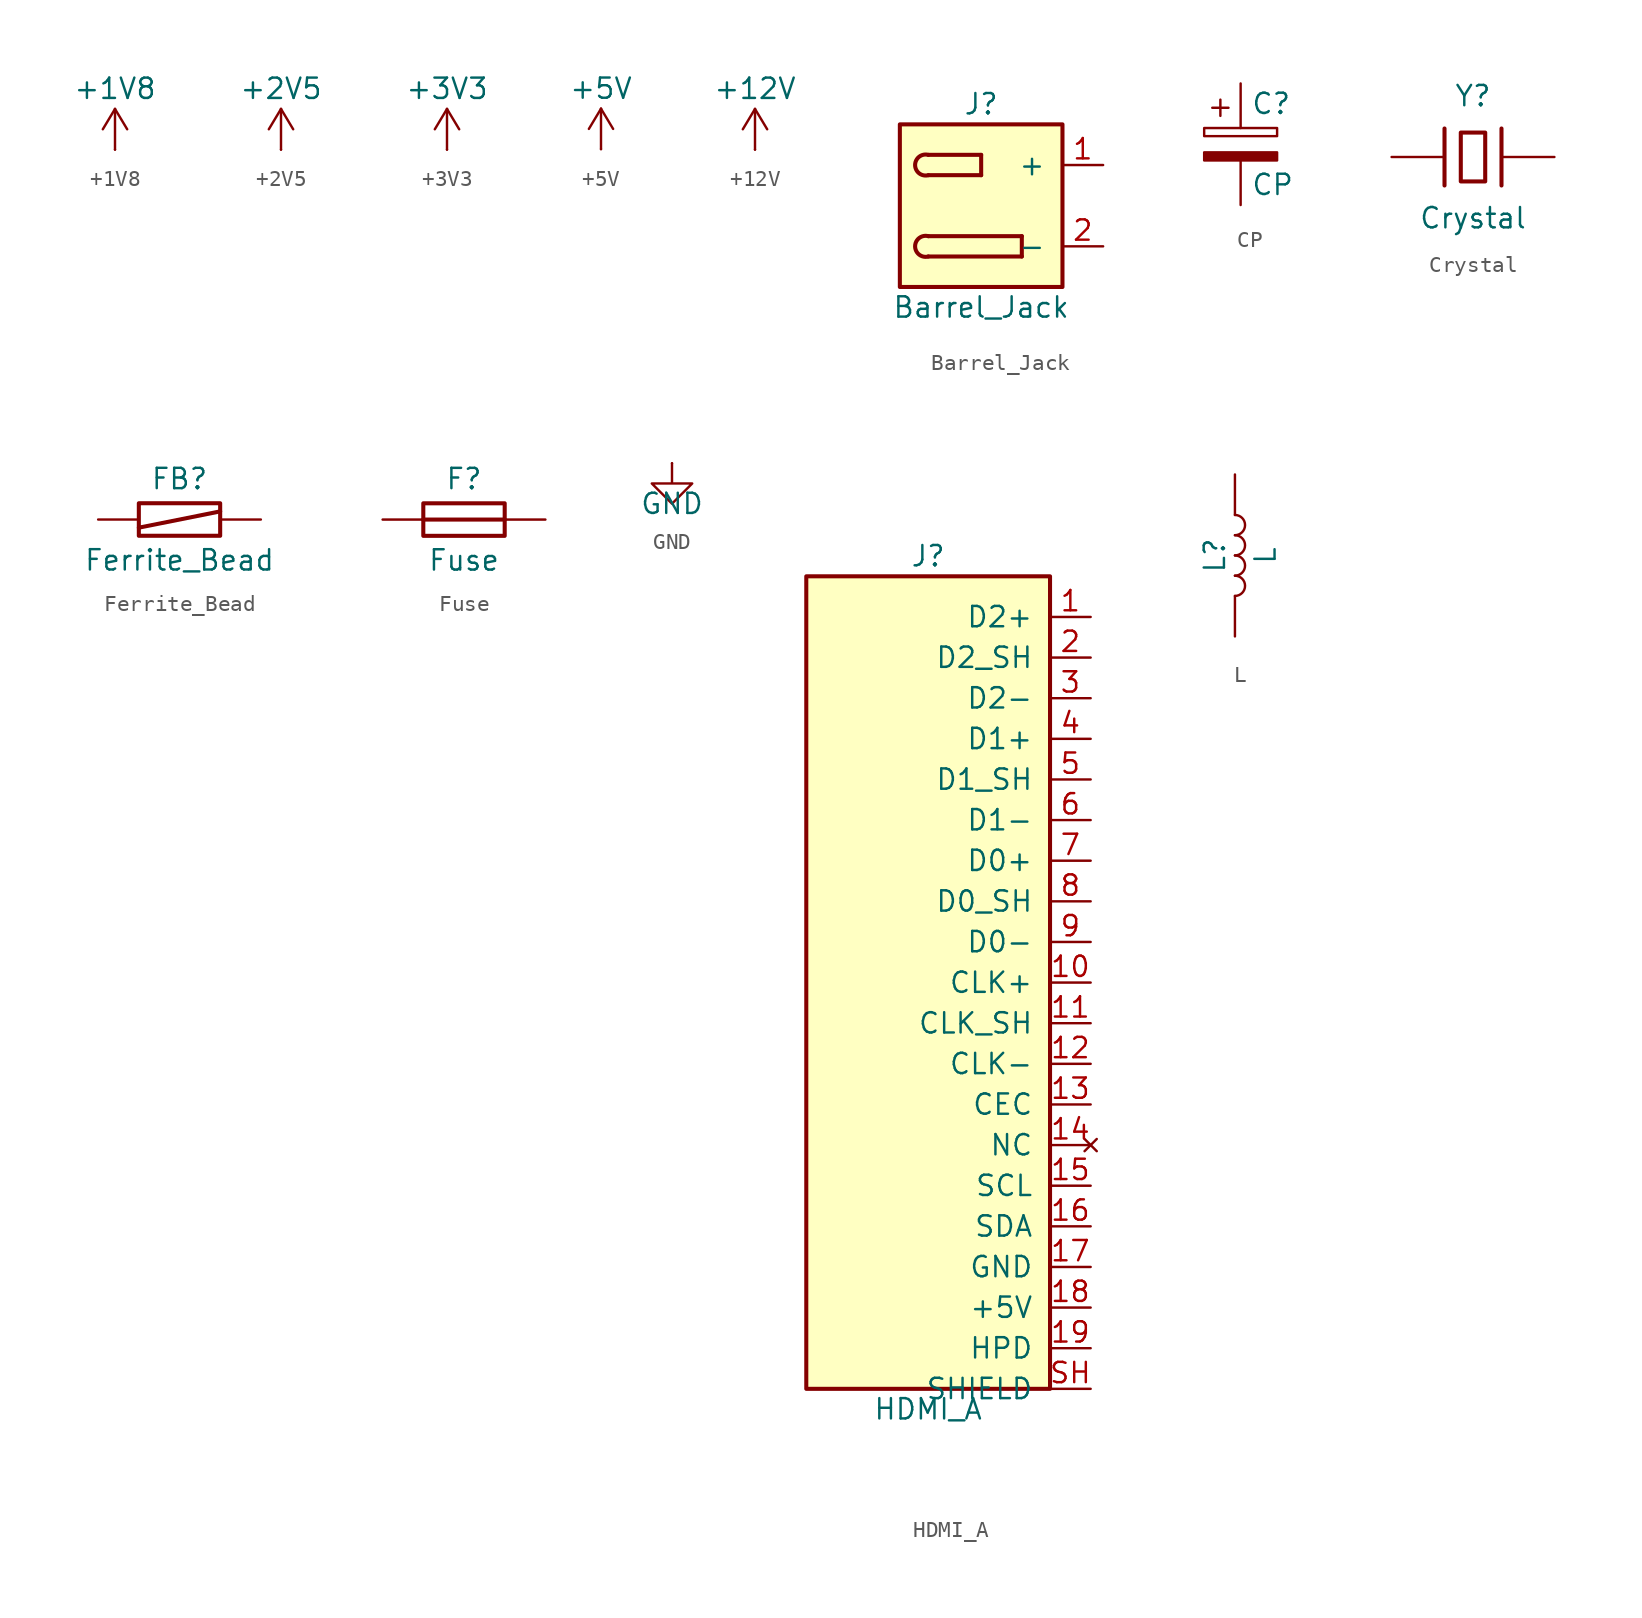
<source format=kicad_sym>
(kicad_symbol_lib
  (version 20231120)
  (generator "kicad_symbol_editor")
  (generator_version "8.0")
  (symbol "+1V8"
    (power)
    (pin_numbers hide)
    (pin_names
      (offset 0) hide)
    (property "Reference" "#PWR"
      (at 0 -3.81 0)
      (effects (font (size 1.27 1.27)) hide))
    (property "Value" "+1V8"
      (at 0 3.81 0)
      (effects (font (size 1.27 1.27))))
    (symbol "+1V8_0_1"
      (polyline (pts (xy -0.762 1.27) (xy 0 2.54)) (stroke (width 0) (type default)) (fill (type none)))
      (polyline (pts (xy 0 0) (xy 0 2.54)) (stroke (width 0) (type default)) (fill (type none)))
      (polyline (pts (xy 0 2.54) (xy 0.762 1.27)) (stroke (width 0) (type default)) (fill (type none))))
    (symbol "+1V8_1_1"
      (pin power_in line (at 0 0 90) (length 0) (name "~" (effects (font (size 1.27 1.27)))) (number "1" (effects (font (size 1.27 1.27)))))))
  (symbol "+2V5"
    (power)
    (pin_numbers hide)
    (pin_names
      (offset 0) hide)
    (property "Reference" "#PWR"
      (at 0 -3.81 0)
      (effects (font (size 1.27 1.27)) hide))
    (property "Value" "+2V5"
      (at 0 3.81 0)
      (effects (font (size 1.27 1.27))))
    (symbol "+2V5_0_1"
      (polyline (pts (xy -0.762 1.27) (xy 0 2.54)) (stroke (width 0) (type default)) (fill (type none)))
      (polyline (pts (xy 0 0) (xy 0 2.54)) (stroke (width 0) (type default)) (fill (type none)))
      (polyline (pts (xy 0 2.54) (xy 0.762 1.27)) (stroke (width 0) (type default)) (fill (type none))))
    (symbol "+2V5_1_1"
      (pin power_in line (at 0 0 90) (length 0) (name "~" (effects (font (size 1.27 1.27)))) (number "1" (effects (font (size 1.27 1.27)))))))
  (symbol "+3V3"
    (power)
    (pin_numbers hide)
    (pin_names
      (offset 0) hide)
    (property "Reference" "#PWR"
      (at 0 -3.81 0)
      (effects (font (size 1.27 1.27)) hide))
    (property "Value" "+3V3"
      (at 0 3.81 0)
      (effects (font (size 1.27 1.27))))
    (symbol "+3V3_0_1"
      (polyline (pts (xy -0.762 1.27) (xy 0 2.54)) (stroke (width 0) (type default)) (fill (type none)))
      (polyline (pts (xy 0 0) (xy 0 2.54)) (stroke (width 0) (type default)) (fill (type none)))
      (polyline (pts (xy 0 2.54) (xy 0.762 1.27)) (stroke (width 0) (type default)) (fill (type none))))
    (symbol "+3V3_1_1"
      (pin power_in line (at 0 0 90) (length 0) (name "~" (effects (font (size 1.27 1.27)))) (number "1" (effects (font (size 1.27 1.27)))))))
  (symbol "+5V"
    (power)
    (pin_numbers hide)
    (pin_names
      (offset 0) hide)
    (property "Reference" "#PWR"
      (at 0 -3.81 0)
      (effects (font (size 1.27 1.27)) hide))
    (property "Value" "+5V"
      (at 0 3.81 0)
      (effects (font (size 1.27 1.27))))
    (symbol "+5V_0_1"
      (polyline (pts (xy -0.762 1.27) (xy 0 2.54)) (stroke (width 0) (type default)) (fill (type none)))
      (polyline (pts (xy 0 0) (xy 0 2.54)) (stroke (width 0) (type default)) (fill (type none)))
      (polyline (pts (xy 0 2.54) (xy 0.762 1.27)) (stroke (width 0) (type default)) (fill (type none))))
    (symbol "+5V_1_1"
      (pin power_in line (at 0 0 90) (length 0) (name "~" (effects (font (size 1.27 1.27)))) (number "1" (effects (font (size 1.27 1.27)))))))
  (symbol "+12V"
    (power)
    (pin_numbers hide)
    (pin_names
      (offset 0) hide)
    (property "Reference" "#PWR"
      (at 0 -3.81 0)
      (effects (font (size 1.27 1.27)) hide))
    (property "Value" "+12V"
      (at 0 3.81 0)
      (effects (font (size 1.27 1.27))))
    (symbol "+12V_0_1"
      (polyline (pts (xy -0.762 1.27) (xy 0 2.54)) (stroke (width 0) (type default)) (fill (type none)))
      (polyline (pts (xy 0 0) (xy 0 2.54)) (stroke (width 0) (type default)) (fill (type none)))
      (polyline (pts (xy 0 2.54) (xy 0.762 1.27)) (stroke (width 0) (type default)) (fill (type none))))
    (symbol "+12V_1_1"
      (pin power_in line (at 0 0 90) (length 0) (name "~" (effects (font (size 1.27 1.27)))) (number "1" (effects (font (size 1.27 1.27)))))))
  (symbol "Barrel_Jack"
    (pin_names
      (offset 1.016))
    (property "Reference" "J"
      (at 0 6.35 0)
      (effects (font (size 1.27 1.27))))
    (property "Value" "Barrel_Jack"
      (at 0 -6.35 0)
      (effects (font (size 1.27 1.27))))
    (symbol "Barrel_Jack_0_1"
      (rectangle (start -5.08 5.08) (end 5.08 -5.08) (stroke (width 0.254) (type default)) (fill (type background)))
      (arc (start -3.302 3.175) (mid -4.1271 2.54) (end -3.302 1.905) (stroke (width 0.254) (type default)) (fill (type none)))
      (arc (start -3.302 -1.905) (mid -4.1271 -2.54) (end -3.302 -3.175) (stroke (width 0.254) (type default)) (fill (type none)))
      (polyline (pts (xy -3.302 3.175) (xy 0 3.175)) (stroke (width 0.254) (type default)) (fill (type none)))
      (polyline (pts (xy 0 3.175) (xy 0 1.905)) (stroke (width 0.254) (type default)) (fill (type none)))
      (polyline (pts (xy 0 1.905) (xy -3.302 1.905)) (stroke (width 0.254) (type default)) (fill (type none)))
      (polyline (pts (xy -3.302 -1.905) (xy 2.54 -1.905)) (stroke (width 0.254) (type default)) (fill (type none)))
      (polyline (pts (xy 2.54 -1.905) (xy 2.54 -3.175)) (stroke (width 0.254) (type default)) (fill (type none)))
      (polyline (pts (xy 2.54 -3.175) (xy -3.302 -3.175)) (stroke (width 0.254) (type default)) (fill (type none))))
    (symbol "Barrel_Jack_1_1"
      (pin passive line (at 7.62 2.54 180) (length 2.54) (name "+" (effects (font (size 1.27 1.27)))) (number "1" (effects (font (size 1.27 1.27)))))
      (pin passive line (at 7.62 -2.54 180) (length 2.54) (name "-" (effects (font (size 1.27 1.27)))) (number "2" (effects (font (size 1.27 1.27)))))))
  (symbol "CP"
    (pin_numbers hide)
    (pin_names
      (offset 0.254))
    (property "Reference" "C"
      (at 0.635 2.54 0)
      (effects (font (size 1.27 1.27)) (justify left)))
    (property "Value" "CP"
      (at 0.635 -2.54 0)
      (effects (font (size 1.27 1.27)) (justify left)))
    (symbol "CP_0_1"
      (rectangle (start -2.286 0.508) (end 2.286 1.016) (stroke (width 0) (type default)) (fill (type none)))
      (polyline (pts (xy -1.778 2.286) (xy -0.762 2.286)) (stroke (width 0) (type default)) (fill (type none)))
      (polyline (pts (xy -1.27 1.778) (xy -1.27 2.794)) (stroke (width 0) (type default)) (fill (type none)))
      (rectangle (start 2.286 -0.508) (end -2.286 -1.016) (stroke (width 0) (type default)) (fill (type outline))))
    (symbol "CP_1_1"
      (pin passive line (at 0 3.81 270) (length 2.794) (name "~" (effects (font (size 1.27 1.27)))) (number "1" (effects (font (size 1.27 1.27)))))
      (pin passive line (at 0 -3.81 90) (length 2.794) (name "~" (effects (font (size 1.27 1.27)))) (number "2" (effects (font (size 1.27 1.27)))))))
  (symbol "Crystal"
    (pin_numbers hide)
    (pin_names
      (offset 1.016) hide)
    (property "Reference" "Y"
      (at 0 3.81 0)
      (effects (font (size 1.27 1.27))))
    (property "Value" "Crystal"
      (at 0 -3.81 0)
      (effects (font (size 1.27 1.27))))
    (symbol "Crystal_0_1"
      (rectangle (start -0.762 -1.524) (end 0.762 1.524) (stroke (width 0.254) (type default)) (fill (type none)))
      (polyline (pts (xy -1.778 -1.778) (xy -1.778 1.778)) (stroke (width 0.254) (type default)) (fill (type none)))
      (polyline (pts (xy 1.778 -1.778) (xy 1.778 1.778)) (stroke (width 0.254) (type default)) (fill (type none))))
    (symbol "Crystal_1_1"
      (pin passive line (at -5.08 0 0) (length 3.302) (name "~" (effects (font (size 1.27 1.27)))) (number "1" (effects (font (size 1.27 1.27)))))
      (pin passive line (at 5.08 0 180) (length 3.302) (name "~" (effects (font (size 1.27 1.27)))) (number "2" (effects (font (size 1.27 1.27)))))))
  (symbol "Ferrite_Bead"
    (pin_numbers hide)
    (pin_names
      (offset 1.016))
    (property "Reference" "FB"
      (at 0 2.54 0)
      (effects (font (size 1.27 1.27))))
    (property "Value" "Ferrite_Bead"
      (at 0 -2.54 0)
      (effects (font (size 1.27 1.27))))
    (symbol "Ferrite_Bead_0_1"
      (rectangle (start -2.54 1.016) (end 2.54 -1.016) (stroke (width 0.254) (type default)) (fill (type none)))
      (polyline (pts (xy -2.54 -0.508) (xy 2.54 0.508)) (stroke (width 0.254) (type default)) (fill (type none))))
    (symbol "Ferrite_Bead_1_1"
      (pin passive line (at -5.08 0 0) (length 2.54) (name "~" (effects (font (size 1.27 1.27)))) (number "1" (effects (font (size 1.27 1.27)))))
      (pin passive line (at 5.08 0 180) (length 2.54) (name "~" (effects (font (size 1.27 1.27)))) (number "2" (effects (font (size 1.27 1.27)))))))
  (symbol "Fuse"
    (pin_numbers hide)
    (pin_names
      (offset 1.016))
    (property "Reference" "F"
      (at 0 2.54 0)
      (effects (font (size 1.27 1.27))))
    (property "Value" "Fuse"
      (at 0 -2.54 0)
      (effects (font (size 1.27 1.27))))
    (symbol "Fuse_0_1"
      (rectangle (start -2.54 1.016) (end 2.54 -1.016) (stroke (width 0.254) (type default)) (fill (type none)))
      (polyline (pts (xy -2.54 0) (xy 2.54 0)) (stroke (width 0.254) (type default)) (fill (type none))))
    (symbol "Fuse_1_1"
      (pin passive line (at -5.08 0 0) (length 2.54) (name "~" (effects (font (size 1.27 1.27)))) (number "1" (effects (font (size 1.27 1.27)))))
      (pin passive line (at 5.08 0 180) (length 2.54) (name "~" (effects (font (size 1.27 1.27)))) (number "2" (effects (font (size 1.27 1.27)))))))
  (symbol "GND"
    (power)
    (pin_numbers hide)
    (pin_names
      (offset 0) hide)
    (property "Reference" "#PWR"
      (at 0 -3.81 0)
      (effects (font (size 1.27 1.27)) hide))
    (property "Value" "GND"
      (at 0 -2.54 0)
      (effects (font (size 1.27 1.27))))
    (symbol "GND_0_1"
      (polyline (pts (xy 0 0) (xy 0 -1.27) (xy 1.27 -1.27) (xy 0 -2.54) (xy -1.27 -1.27) (xy 0 -1.27)) (stroke (width 0) (type default)) (fill (type none))))
    (symbol "GND_1_1"
      (pin power_in line (at 0 0 270) (length 0) (name "~" (effects (font (size 1.27 1.27)))) (number "1" (effects (font (size 1.27 1.27)))))))
  (symbol "HDMI_A"
    (pin_names
      (offset 1.016))
    (property "Reference" "J"
      (at 0 26.67 0)
      (effects (font (size 1.27 1.27))))
    (property "Value" "HDMI_A"
      (at 0 -26.67 0)
      (effects (font (size 1.27 1.27))))
    (symbol "HDMI_A_0_1"
      (rectangle (start -7.62 25.4) (end 7.62 -25.4) (stroke (width 0.254) (type default)) (fill (type background))))
    (symbol "HDMI_A_1_1"
      (pin bidirectional line (at 10.16 22.86 180) (length 2.54) (name "D2+" (effects (font (size 1.27 1.27)))) (number "1" (effects (font (size 1.27 1.27)))))
      (pin passive line (at 10.16 20.32 180) (length 2.54) (name "D2_SH" (effects (font (size 1.27 1.27)))) (number "2" (effects (font (size 1.27 1.27)))))
      (pin bidirectional line (at 10.16 17.78 180) (length 2.54) (name "D2-" (effects (font (size 1.27 1.27)))) (number "3" (effects (font (size 1.27 1.27)))))
      (pin bidirectional line (at 10.16 15.24 180) (length 2.54) (name "D1+" (effects (font (size 1.27 1.27)))) (number "4" (effects (font (size 1.27 1.27)))))
      (pin passive line (at 10.16 12.7 180) (length 2.54) (name "D1_SH" (effects (font (size 1.27 1.27)))) (number "5" (effects (font (size 1.27 1.27)))))
      (pin bidirectional line (at 10.16 10.16 180) (length 2.54) (name "D1-" (effects (font (size 1.27 1.27)))) (number "6" (effects (font (size 1.27 1.27)))))
      (pin bidirectional line (at 10.16 7.62 180) (length 2.54) (name "D0+" (effects (font (size 1.27 1.27)))) (number "7" (effects (font (size 1.27 1.27)))))
      (pin passive line (at 10.16 5.08 180) (length 2.54) (name "D0_SH" (effects (font (size 1.27 1.27)))) (number "8" (effects (font (size 1.27 1.27)))))
      (pin bidirectional line (at 10.16 2.54 180) (length 2.54) (name "D0-" (effects (font (size 1.27 1.27)))) (number "9" (effects (font (size 1.27 1.27)))))
      (pin bidirectional line (at 10.16 0 180) (length 2.54) (name "CLK+" (effects (font (size 1.27 1.27)))) (number "10" (effects (font (size 1.27 1.27)))))
      (pin passive line (at 10.16 -2.54 180) (length 2.54) (name "CLK_SH" (effects (font (size 1.27 1.27)))) (number "11" (effects (font (size 1.27 1.27)))))
      (pin bidirectional line (at 10.16 -5.08 180) (length 2.54) (name "CLK-" (effects (font (size 1.27 1.27)))) (number "12" (effects (font (size 1.27 1.27)))))
      (pin bidirectional line (at 10.16 -7.62 180) (length 2.54) (name "CEC" (effects (font (size 1.27 1.27)))) (number "13" (effects (font (size 1.27 1.27)))))
      (pin no_connect line (at 10.16 -10.16 180) (length 2.54) (name "NC" (effects (font (size 1.27 1.27)))) (number "14" (effects (font (size 1.27 1.27)))))
      (pin bidirectional line (at 10.16 -12.7 180) (length 2.54) (name "SCL" (effects (font (size 1.27 1.27)))) (number "15" (effects (font (size 1.27 1.27)))))
      (pin bidirectional line (at 10.16 -15.24 180) (length 2.54) (name "SDA" (effects (font (size 1.27 1.27)))) (number "16" (effects (font (size 1.27 1.27)))))
      (pin power_in line (at 10.16 -17.78 180) (length 2.54) (name "GND" (effects (font (size 1.27 1.27)))) (number "17" (effects (font (size 1.27 1.27)))))
      (pin power_out line (at 10.16 -20.32 180) (length 2.54) (name "+5V" (effects (font (size 1.27 1.27)))) (number "18" (effects (font (size 1.27 1.27)))))
      (pin input line (at 10.16 -22.86 180) (length 2.54) (name "HPD" (effects (font (size 1.27 1.27)))) (number "19" (effects (font (size 1.27 1.27)))))
      (pin passive line (at 10.16 -25.4 180) (length 2.54) (name "SHIELD" (effects (font (size 1.27 1.27)))) (number "SH" (effects (font (size 1.27 1.27)))))))
  (symbol "L"
    (pin_numbers hide)
    (pin_names
      (offset 1.016))
    (property "Reference" "L"
      (at -1.27 0 90)
      (effects (font (size 1.27 1.27))))
    (property "Value" "L"
      (at 1.905 0 90)
      (effects (font (size 1.27 1.27))))
    (symbol "L_0_1"
      (arc (start 0 -2.54) (mid 0.6323 -1.905) (end 0 -1.27) (stroke (width 0) (type default)) (fill (type none)))
      (arc (start 0 -1.27) (mid 0.6323 -0.635) (end 0 0) (stroke (width 0) (type default)) (fill (type none)))
      (arc (start 0 0) (mid 0.6323 0.635) (end 0 1.27) (stroke (width 0) (type default)) (fill (type none)))
      (arc (start 0 1.27) (mid 0.6323 1.905) (end 0 2.54) (stroke (width 0) (type default)) (fill (type none))))
    (symbol "L_1_1"
      (pin passive line (at 0 5.08 270) (length 2.54) (name "~" (effects (font (size 1.27 1.27)))) (number "1" (effects (font (size 1.27 1.27)))))
      (pin passive line (at 0 -5.08 90) (length 2.54) (name "~" (effects (font (size 1.27 1.27)))) (number "2" (effects (font (size 1.27 1.27))))))))
</source>
